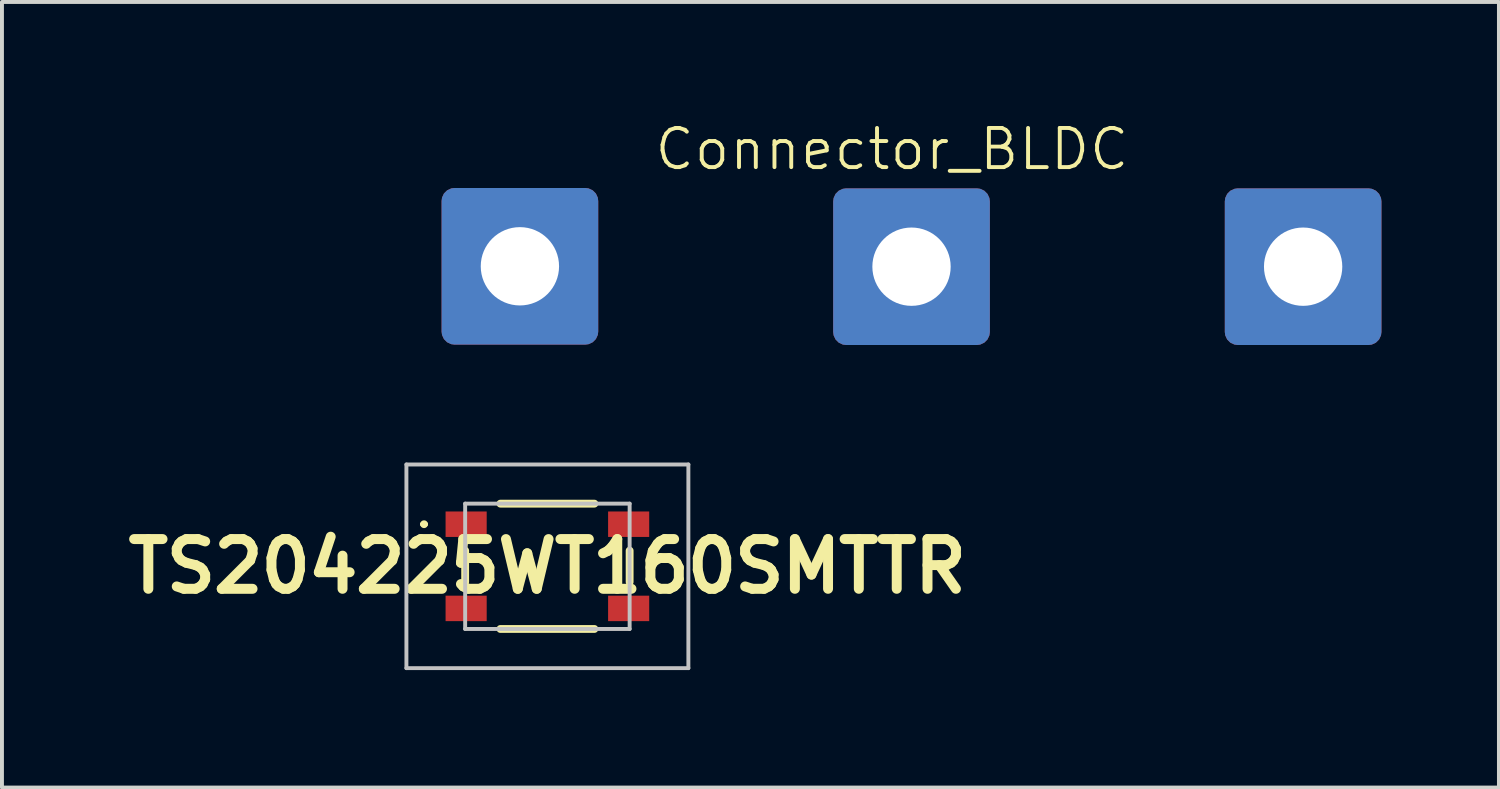
<source format=kicad_pcb>
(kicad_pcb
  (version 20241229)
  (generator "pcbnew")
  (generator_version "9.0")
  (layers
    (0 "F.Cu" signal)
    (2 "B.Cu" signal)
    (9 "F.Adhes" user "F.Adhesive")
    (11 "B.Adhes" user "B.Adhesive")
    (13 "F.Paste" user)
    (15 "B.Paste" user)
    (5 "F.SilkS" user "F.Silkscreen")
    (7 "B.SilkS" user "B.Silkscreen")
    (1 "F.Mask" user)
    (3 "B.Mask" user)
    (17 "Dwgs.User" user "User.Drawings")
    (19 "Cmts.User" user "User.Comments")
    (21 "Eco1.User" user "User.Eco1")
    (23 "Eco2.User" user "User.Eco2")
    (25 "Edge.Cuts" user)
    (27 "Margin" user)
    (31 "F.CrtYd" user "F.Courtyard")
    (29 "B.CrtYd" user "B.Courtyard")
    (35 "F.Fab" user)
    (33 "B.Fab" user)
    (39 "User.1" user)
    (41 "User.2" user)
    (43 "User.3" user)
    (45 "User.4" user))
  (footprint "Connector_BLDC"
    (layer "F.Cu")
    (at 20.226 3.76)
    (property "Reference" "Connector_BLDC" (at -0.5 -3 0) (unlocked yes) (layer "F.SilkS") (effects (font (size 1 1) (thickness 0.1))))
    (attr through_hole)
    (fp_text user "C                                     B                                     A" (at 7.2 -0.05 180) (unlocked yes) (layer "F.Mask") (effects (font (face "Copperplate Gothic Bold") (size 0.8 0.7) (thickness 0.14) (bold yes)) (justify left bottom)))
    (pad "1" thru_hole roundrect (at -10 -0.01) (size 4 4) (drill 2) (layers "*.Cu" "*.Mask") (roundrect_rratio 0.083))
    (pad "2" thru_hole roundrect (at 0 0) (size 4 4) (drill 2) (layers "*.Cu" "*.Mask") (roundrect_rratio 0.083))
    (pad "3" thru_hole roundrect (at 10 0) (size 4 4) (drill 2) (layers "*.Cu" "*.Mask") (roundrect_rratio 0.083)))
  (footprint "TS204225WT160SMTTR"
    (layer "F.Cu")
    (at 10.928 11.411)
    (property "Reference" "TS204225WT160SMTTR" (at 0 0 0) (layer "F.SilkS") (effects (font (size 1.27 1.27) (thickness 0.254))))
    (attr smd)
    (fp_line (start -3.2 -1.075) (end -3.2 -1.075) (stroke (width 0.1) (type solid)) (layer "F.SilkS"))
    (fp_line (start -3.1 -1.075) (end -3.1 -1.075) (stroke (width 0.1) (type solid)) (layer "F.SilkS"))
    (fp_line (start -2.1 -0.4) (end -2.1 0.4) (stroke (width 0.2) (type solid)) (layer "F.SilkS"))
    (fp_line (start -1.2 1.6) (end 1.2 1.6) (stroke (width 0.2) (type solid)) (layer "F.SilkS"))
    (fp_line (start 1.2 -1.6) (end -1.2 -1.6) (stroke (width 0.2) (type solid)) (layer "F.SilkS"))
    (fp_line (start 2.1 0.4) (end 2.1 -0.4) (stroke (width 0.2) (type solid)) (layer "F.SilkS"))
    (fp_arc (start -3.2 -1.075) (mid -3.15 -1.125) (end -3.1 -1.075) (stroke (width 0.1) (type solid)) (layer "F.SilkS"))
    (fp_arc (start -3.1 -1.075) (mid -3.15 -1.025) (end -3.2 -1.075) (stroke (width 0.1) (type solid)) (layer "F.SilkS"))
    (fp_line (start -3.6 -2.6) (end 3.6 -2.6) (stroke (width 0.1) (type solid)) (layer "Dwgs.User"))
    (fp_line (start -3.6 2.6) (end -3.6 -2.6) (stroke (width 0.1) (type solid)) (layer "Dwgs.User"))
    (fp_line (start -2.1 -1.6) (end -2.1 1.6) (stroke (width 0.1) (type solid)) (layer "Dwgs.User"))
    (fp_line (start -2.1 1.6) (end 2.1 1.6) (stroke (width 0.1) (type solid)) (layer "Dwgs.User"))
    (fp_line (start 2.1 -1.6) (end -2.1 -1.6) (stroke (width 0.1) (type solid)) (layer "Dwgs.User"))
    (fp_line (start 2.1 1.6) (end 2.1 -1.6) (stroke (width 0.1) (type solid)) (layer "Dwgs.User"))
    (fp_line (start 3.6 -2.6) (end 3.6 2.6) (stroke (width 0.1) (type solid)) (layer "Dwgs.User"))
    (fp_line (start 3.6 2.6) (end -3.6 2.6) (stroke (width 0.1) (type solid)) (layer "Dwgs.User"))
    (pad "1" smd rect (at -2.075 -1.075 90) (size 0.65 1.05) (layers "F.Cu" "F.Mask" "F.Paste"))
    (pad "1" smd rect (at 2.075 -1.075 90) (size 0.65 1.05) (layers "F.Cu" "F.Mask" "F.Paste"))
    (pad "2" smd rect (at -2.075 1.075 90) (size 0.65 1.05) (layers "F.Cu" "F.Mask" "F.Paste"))
    (pad "2" smd rect (at 2.075 1.075 90) (size 0.65 1.05) (layers "F.Cu" "F.Mask" "F.Paste")))
  (gr_rect
    (start -3 -3)
    (end 35.226 17.061)
    (stroke (width 0.1) (type default))
    (fill no)
    (layer "Edge.Cuts")))
</source>
